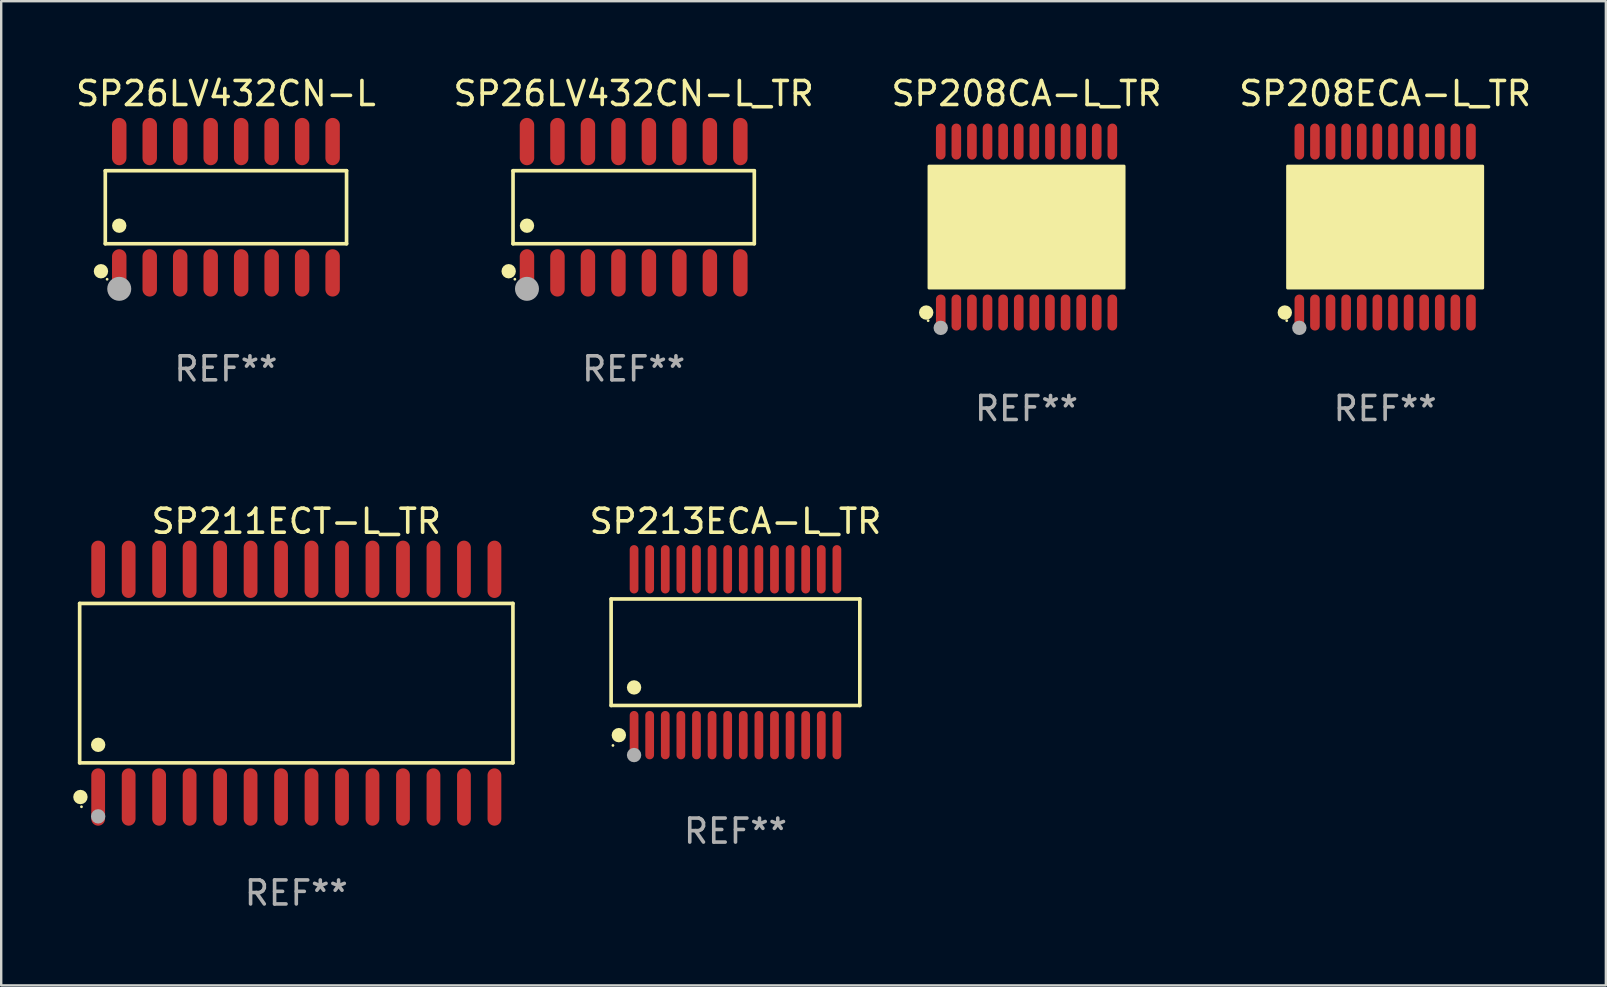
<source format=kicad_pcb>
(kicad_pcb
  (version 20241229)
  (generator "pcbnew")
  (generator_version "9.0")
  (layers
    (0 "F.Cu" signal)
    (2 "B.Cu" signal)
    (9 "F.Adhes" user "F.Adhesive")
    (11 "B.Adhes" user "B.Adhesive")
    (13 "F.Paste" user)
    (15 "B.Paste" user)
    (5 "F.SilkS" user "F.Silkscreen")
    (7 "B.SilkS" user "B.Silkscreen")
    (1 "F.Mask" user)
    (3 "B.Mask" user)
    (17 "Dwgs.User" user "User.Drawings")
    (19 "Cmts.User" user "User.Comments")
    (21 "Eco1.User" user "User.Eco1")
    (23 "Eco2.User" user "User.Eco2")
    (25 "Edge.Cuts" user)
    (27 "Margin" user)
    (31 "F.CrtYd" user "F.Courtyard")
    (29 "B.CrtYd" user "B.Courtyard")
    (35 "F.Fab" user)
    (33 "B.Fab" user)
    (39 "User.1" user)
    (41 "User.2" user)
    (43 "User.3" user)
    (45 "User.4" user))
  (footprint "SP208CA-L_TR"
    (layer "F.Cu")
    (at 39.72 6.41)
    (property "Reference" "SP208CA-L_TR" (at 0 -5.562 0) (layer "F.SilkS") (effects (font (size 1 1) (thickness 0.15))))
    (attr through_hole)
    (fp_circle (center -4.181 3.562) (end -4.031 3.562) (stroke (width 0.3) (type solid)) (fill no) (layer "F.SilkS"))
    (fp_circle (center -4.1 3.9) (end -4.07 3.9) (stroke (width 0.06) (type solid)) (fill no) (layer "F.SilkS"))
    (fp_circle (center -3.575 1.819) (end -3.425 1.819) (stroke (width 0.3) (type solid)) (fill no) (layer "F.SilkS"))
    (fp_poly (pts (xy -4.064 -2.54) (xy 4.064 -2.54) (xy 4.064 2.54) (xy -4.064 2.54)) (stroke (width 0.12) (type solid)) (fill yes) (layer "F.SilkS"))
    (fp_circle (center -3.575 4.2) (end -3.425 4.2) (stroke (width 0.3) (type solid)) (fill no) (layer "F.Fab"))
    (fp_text user "REF**" (at 0 7.562 0) (layer "F.Fab") (effects (font (size 1 1) (thickness 0.15))))
    (pad "1" smd oval (at -3.575 3.562) (size 0.4 1.5) (layers "F.Cu" "F.Mask" "F.Paste"))
    (pad "2" smd oval (at -2.925 3.562) (size 0.4 1.5) (layers "F.Cu" "F.Mask" "F.Paste"))
    (pad "3" smd oval (at -2.275 3.562) (size 0.4 1.5) (layers "F.Cu" "F.Mask" "F.Paste"))
    (pad "4" smd oval (at -1.625 3.562) (size 0.4 1.5) (layers "F.Cu" "F.Mask" "F.Paste"))
    (pad "5" smd oval (at -0.975 3.562) (size 0.4 1.5) (layers "F.Cu" "F.Mask" "F.Paste"))
    (pad "6" smd oval (at -0.325 3.562) (size 0.4 1.5) (layers "F.Cu" "F.Mask" "F.Paste"))
    (pad "7" smd oval (at 0.325 3.562) (size 0.4 1.5) (layers "F.Cu" "F.Mask" "F.Paste"))
    (pad "8" smd oval (at 0.975 3.562) (size 0.4 1.5) (layers "F.Cu" "F.Mask" "F.Paste"))
    (pad "9" smd oval (at 1.625 3.562) (size 0.4 1.5) (layers "F.Cu" "F.Mask" "F.Paste"))
    (pad "10" smd oval (at 2.275 3.562) (size 0.4 1.5) (layers "F.Cu" "F.Mask" "F.Paste"))
    (pad "11" smd oval (at 2.925 3.562) (size 0.4 1.5) (layers "F.Cu" "F.Mask" "F.Paste"))
    (pad "12" smd oval (at 3.575 3.562) (size 0.4 1.5) (layers "F.Cu" "F.Mask" "F.Paste"))
    (pad "13" smd oval (at 3.575 -3.562) (size 0.4 1.5) (layers "F.Cu" "F.Mask" "F.Paste"))
    (pad "14" smd oval (at 2.925 -3.562) (size 0.4 1.5) (layers "F.Cu" "F.Mask" "F.Paste"))
    (pad "15" smd oval (at 2.275 -3.562) (size 0.4 1.5) (layers "F.Cu" "F.Mask" "F.Paste"))
    (pad "16" smd oval (at 1.625 -3.562) (size 0.4 1.5) (layers "F.Cu" "F.Mask" "F.Paste"))
    (pad "17" smd oval (at 0.975 -3.562) (size 0.4 1.5) (layers "F.Cu" "F.Mask" "F.Paste"))
    (pad "18" smd oval (at 0.325 -3.562) (size 0.4 1.5) (layers "F.Cu" "F.Mask" "F.Paste"))
    (pad "19" smd oval (at -0.325 -3.562) (size 0.4 1.5) (layers "F.Cu" "F.Mask" "F.Paste"))
    (pad "20" smd oval (at -0.975 -3.562) (size 0.4 1.5) (layers "F.Cu" "F.Mask" "F.Paste"))
    (pad "21" smd oval (at -1.625 -3.562) (size 0.4 1.5) (layers "F.Cu" "F.Mask" "F.Paste"))
    (pad "22" smd oval (at -2.275 -3.562) (size 0.4 1.5) (layers "F.Cu" "F.Mask" "F.Paste"))
    (pad "23" smd oval (at -2.925 -3.562) (size 0.4 1.5) (layers "F.Cu" "F.Mask" "F.Paste"))
    (pad "24" smd oval (at -3.575 -3.562) (size 0.4 1.5) (layers "F.Cu" "F.Mask" "F.Paste")))
  (footprint "SP26LV432CN-L"
    (layer "F.Cu")
    (at 6.363 5.584)
    (property "Reference" "SP26LV432CN-L" (at 0 -4.736 0) (layer "F.SilkS") (effects (font (size 1 1) (thickness 0.15))))
    (attr through_hole)
    (fp_line (start -5.026 -1.521) (end 5.026 -1.521) (stroke (width 0.152) (type solid)) (layer "F.SilkS"))
    (fp_line (start -5.026 1.521) (end -5.026 -1.521) (stroke (width 0.152) (type solid)) (layer "F.SilkS"))
    (fp_line (start 5.026 -1.521) (end 5.026 1.521) (stroke (width 0.152) (type solid)) (layer "F.SilkS"))
    (fp_line (start 5.026 1.521) (end -5.026 1.521) (stroke (width 0.152) (type solid)) (layer "F.SilkS"))
    (fp_circle (center -5.207 2.667) (end -5.057 2.667) (stroke (width 0.3) (type solid)) (fill no) (layer "F.SilkS"))
    (fp_circle (center -4.95 3) (end -4.92 3) (stroke (width 0.06) (type solid)) (fill no) (layer "F.SilkS"))
    (fp_circle (center -4.445 0.769) (end -4.295 0.769) (stroke (width 0.3) (type solid)) (fill no) (layer "F.SilkS"))
    (fp_circle (center -4.445 3.4) (end -4.195 3.4) (stroke (width 0.5) (type solid)) (fill no) (layer "F.Fab"))
    (fp_text user "REF**" (at 0 6.736 0) (layer "F.Fab") (effects (font (size 1 1) (thickness 0.15))))
    (pad "1" smd oval (at -4.445 2.736) (size 0.602 1.971) (layers "F.Cu" "F.Mask" "F.Paste"))
    (pad "2" smd oval (at -3.175 2.736) (size 0.602 1.971) (layers "F.Cu" "F.Mask" "F.Paste"))
    (pad "3" smd oval (at -1.905 2.736) (size 0.602 1.971) (layers "F.Cu" "F.Mask" "F.Paste"))
    (pad "4" smd oval (at -0.635 2.736) (size 0.602 1.971) (layers "F.Cu" "F.Mask" "F.Paste"))
    (pad "5" smd oval (at 0.635 2.736) (size 0.602 1.971) (layers "F.Cu" "F.Mask" "F.Paste"))
    (pad "6" smd oval (at 1.905 2.736) (size 0.602 1.971) (layers "F.Cu" "F.Mask" "F.Paste"))
    (pad "7" smd oval (at 3.175 2.736) (size 0.602 1.971) (layers "F.Cu" "F.Mask" "F.Paste"))
    (pad "8" smd oval (at 4.445 2.736) (size 0.602 1.971) (layers "F.Cu" "F.Mask" "F.Paste"))
    (pad "9" smd oval (at 4.445 -2.736) (size 0.602 1.971) (layers "F.Cu" "F.Mask" "F.Paste"))
    (pad "10" smd oval (at 3.175 -2.736) (size 0.602 1.971) (layers "F.Cu" "F.Mask" "F.Paste"))
    (pad "11" smd oval (at 1.905 -2.736) (size 0.602 1.971) (layers "F.Cu" "F.Mask" "F.Paste"))
    (pad "12" smd oval (at 0.635 -2.736) (size 0.602 1.971) (layers "F.Cu" "F.Mask" "F.Paste"))
    (pad "13" smd oval (at -0.635 -2.736) (size 0.602 1.971) (layers "F.Cu" "F.Mask" "F.Paste"))
    (pad "14" smd oval (at -1.905 -2.736) (size 0.602 1.971) (layers "F.Cu" "F.Mask" "F.Paste"))
    (pad "15" smd oval (at -3.175 -2.736) (size 0.602 1.971) (layers "F.Cu" "F.Mask" "F.Paste"))
    (pad "16" smd oval (at -4.445 -2.736) (size 0.602 1.971) (layers "F.Cu" "F.Mask" "F.Paste")))
  (footprint "SP26LV432CN-L_TR"
    (layer "F.Cu")
    (at 23.351 5.584)
    (property "Reference" "SP26LV432CN-L_TR" (at 0 -4.736 0) (layer "F.SilkS") (effects (font (size 1 1) (thickness 0.15))))
    (attr through_hole)
    (fp_line (start -5.026 -1.521) (end 5.026 -1.521) (stroke (width 0.152) (type solid)) (layer "F.SilkS"))
    (fp_line (start -5.026 1.521) (end -5.026 -1.521) (stroke (width 0.152) (type solid)) (layer "F.SilkS"))
    (fp_line (start 5.026 -1.521) (end 5.026 1.521) (stroke (width 0.152) (type solid)) (layer "F.SilkS"))
    (fp_line (start 5.026 1.521) (end -5.026 1.521) (stroke (width 0.152) (type solid)) (layer "F.SilkS"))
    (fp_circle (center -5.207 2.667) (end -5.057 2.667) (stroke (width 0.3) (type solid)) (fill no) (layer "F.SilkS"))
    (fp_circle (center -4.95 3) (end -4.92 3) (stroke (width 0.06) (type solid)) (fill no) (layer "F.SilkS"))
    (fp_circle (center -4.445 0.769) (end -4.295 0.769) (stroke (width 0.3) (type solid)) (fill no) (layer "F.SilkS"))
    (fp_circle (center -4.445 3.4) (end -4.195 3.4) (stroke (width 0.5) (type solid)) (fill no) (layer "F.Fab"))
    (fp_text user "REF**" (at 0 6.736 0) (layer "F.Fab") (effects (font (size 1 1) (thickness 0.15))))
    (pad "1" smd oval (at -4.445 2.736) (size 0.602 1.971) (layers "F.Cu" "F.Mask" "F.Paste"))
    (pad "2" smd oval (at -3.175 2.736) (size 0.602 1.971) (layers "F.Cu" "F.Mask" "F.Paste"))
    (pad "3" smd oval (at -1.905 2.736) (size 0.602 1.971) (layers "F.Cu" "F.Mask" "F.Paste"))
    (pad "4" smd oval (at -0.635 2.736) (size 0.602 1.971) (layers "F.Cu" "F.Mask" "F.Paste"))
    (pad "5" smd oval (at 0.635 2.736) (size 0.602 1.971) (layers "F.Cu" "F.Mask" "F.Paste"))
    (pad "6" smd oval (at 1.905 2.736) (size 0.602 1.971) (layers "F.Cu" "F.Mask" "F.Paste"))
    (pad "7" smd oval (at 3.175 2.736) (size 0.602 1.971) (layers "F.Cu" "F.Mask" "F.Paste"))
    (pad "8" smd oval (at 4.445 2.736) (size 0.602 1.971) (layers "F.Cu" "F.Mask" "F.Paste"))
    (pad "9" smd oval (at 4.445 -2.736) (size 0.602 1.971) (layers "F.Cu" "F.Mask" "F.Paste"))
    (pad "10" smd oval (at 3.175 -2.736) (size 0.602 1.971) (layers "F.Cu" "F.Mask" "F.Paste"))
    (pad "11" smd oval (at 1.905 -2.736) (size 0.602 1.971) (layers "F.Cu" "F.Mask" "F.Paste"))
    (pad "12" smd oval (at 0.635 -2.736) (size 0.602 1.971) (layers "F.Cu" "F.Mask" "F.Paste"))
    (pad "13" smd oval (at -0.635 -2.736) (size 0.602 1.971) (layers "F.Cu" "F.Mask" "F.Paste"))
    (pad "14" smd oval (at -1.905 -2.736) (size 0.602 1.971) (layers "F.Cu" "F.Mask" "F.Paste"))
    (pad "15" smd oval (at -3.175 -2.736) (size 0.602 1.971) (layers "F.Cu" "F.Mask" "F.Paste"))
    (pad "16" smd oval (at -4.445 -2.736) (size 0.602 1.971) (layers "F.Cu" "F.Mask" "F.Paste")))
  (footprint "SP208ECA-L_TR"
    (layer "F.Cu")
    (at 54.661 6.41)
    (property "Reference" "SP208ECA-L_TR" (at 0 -5.562 0) (layer "F.SilkS") (effects (font (size 1 1) (thickness 0.15))))
    (attr through_hole)
    (fp_circle (center -4.181 3.562) (end -4.031 3.562) (stroke (width 0.3) (type solid)) (fill no) (layer "F.SilkS"))
    (fp_circle (center -4.1 3.9) (end -4.07 3.9) (stroke (width 0.06) (type solid)) (fill no) (layer "F.SilkS"))
    (fp_circle (center -3.575 1.819) (end -3.425 1.819) (stroke (width 0.3) (type solid)) (fill no) (layer "F.SilkS"))
    (fp_poly (pts (xy -4.064 -2.54) (xy 4.064 -2.54) (xy 4.064 2.54) (xy -4.064 2.54)) (stroke (width 0.12) (type solid)) (fill yes) (layer "F.SilkS"))
    (fp_circle (center -3.575 4.2) (end -3.425 4.2) (stroke (width 0.3) (type solid)) (fill no) (layer "F.Fab"))
    (fp_text user "REF**" (at 0 7.562 0) (layer "F.Fab") (effects (font (size 1 1) (thickness 0.15))))
    (pad "1" smd oval (at -3.575 3.562) (size 0.4 1.5) (layers "F.Cu" "F.Mask" "F.Paste"))
    (pad "2" smd oval (at -2.925 3.562) (size 0.4 1.5) (layers "F.Cu" "F.Mask" "F.Paste"))
    (pad "3" smd oval (at -2.275 3.562) (size 0.4 1.5) (layers "F.Cu" "F.Mask" "F.Paste"))
    (pad "4" smd oval (at -1.625 3.562) (size 0.4 1.5) (layers "F.Cu" "F.Mask" "F.Paste"))
    (pad "5" smd oval (at -0.975 3.562) (size 0.4 1.5) (layers "F.Cu" "F.Mask" "F.Paste"))
    (pad "6" smd oval (at -0.325 3.562) (size 0.4 1.5) (layers "F.Cu" "F.Mask" "F.Paste"))
    (pad "7" smd oval (at 0.325 3.562) (size 0.4 1.5) (layers "F.Cu" "F.Mask" "F.Paste"))
    (pad "8" smd oval (at 0.975 3.562) (size 0.4 1.5) (layers "F.Cu" "F.Mask" "F.Paste"))
    (pad "9" smd oval (at 1.625 3.562) (size 0.4 1.5) (layers "F.Cu" "F.Mask" "F.Paste"))
    (pad "10" smd oval (at 2.275 3.562) (size 0.4 1.5) (layers "F.Cu" "F.Mask" "F.Paste"))
    (pad "11" smd oval (at 2.925 3.562) (size 0.4 1.5) (layers "F.Cu" "F.Mask" "F.Paste"))
    (pad "12" smd oval (at 3.575 3.562) (size 0.4 1.5) (layers "F.Cu" "F.Mask" "F.Paste"))
    (pad "13" smd oval (at 3.575 -3.562) (size 0.4 1.5) (layers "F.Cu" "F.Mask" "F.Paste"))
    (pad "14" smd oval (at 2.925 -3.562) (size 0.4 1.5) (layers "F.Cu" "F.Mask" "F.Paste"))
    (pad "15" smd oval (at 2.275 -3.562) (size 0.4 1.5) (layers "F.Cu" "F.Mask" "F.Paste"))
    (pad "16" smd oval (at 1.625 -3.562) (size 0.4 1.5) (layers "F.Cu" "F.Mask" "F.Paste"))
    (pad "17" smd oval (at 0.975 -3.562) (size 0.4 1.5) (layers "F.Cu" "F.Mask" "F.Paste"))
    (pad "18" smd oval (at 0.325 -3.562) (size 0.4 1.5) (layers "F.Cu" "F.Mask" "F.Paste"))
    (pad "19" smd oval (at -0.325 -3.562) (size 0.4 1.5) (layers "F.Cu" "F.Mask" "F.Paste"))
    (pad "20" smd oval (at -0.975 -3.562) (size 0.4 1.5) (layers "F.Cu" "F.Mask" "F.Paste"))
    (pad "21" smd oval (at -1.625 -3.562) (size 0.4 1.5) (layers "F.Cu" "F.Mask" "F.Paste"))
    (pad "22" smd oval (at -2.275 -3.562) (size 0.4 1.5) (layers "F.Cu" "F.Mask" "F.Paste"))
    (pad "23" smd oval (at -2.925 -3.562) (size 0.4 1.5) (layers "F.Cu" "F.Mask" "F.Paste"))
    (pad "24" smd oval (at -3.575 -3.562) (size 0.4 1.5) (layers "F.Cu" "F.Mask" "F.Paste")))
  (footprint "SP211ECT-L_TR"
    (layer "F.Cu")
    (at 9.295 25.413)
    (property "Reference" "SP211ECT-L_TR" (at 0 -6.744 0) (layer "F.SilkS") (effects (font (size 1 1) (thickness 0.15))))
    (attr through_hole)
    (fp_line (start -9.026 -3.321) (end 9.026 -3.321) (stroke (width 0.152) (type solid)) (layer "F.SilkS"))
    (fp_line (start -9.026 3.321) (end -9.026 -3.321) (stroke (width 0.152) (type solid)) (layer "F.SilkS"))
    (fp_line (start 9.026 -3.321) (end 9.026 3.321) (stroke (width 0.152) (type solid)) (layer "F.SilkS"))
    (fp_line (start 9.026 3.321) (end -9.026 3.321) (stroke (width 0.152) (type solid)) (layer "F.SilkS"))
    (fp_circle (center -8.994 4.744) (end -8.844 4.744) (stroke (width 0.3) (type solid)) (fill no) (layer "F.SilkS"))
    (fp_circle (center -8.95 5.15) (end -8.92 5.15) (stroke (width 0.06) (type solid)) (fill no) (layer "F.SilkS"))
    (fp_circle (center -8.255 2.569) (end -8.105 2.569) (stroke (width 0.3) (type solid)) (fill no) (layer "F.SilkS"))
    (fp_circle (center -8.255 5.55) (end -8.105 5.55) (stroke (width 0.3) (type solid)) (fill no) (layer "F.Fab"))
    (fp_text user "REF**" (at 0 8.744 0) (layer "F.Fab") (effects (font (size 1 1) (thickness 0.15))))
    (pad "1" smd oval (at -8.255 4.744) (size 0.574 2.388) (layers "F.Cu" "F.Mask" "F.Paste"))
    (pad "2" smd oval (at -6.985 4.744) (size 0.574 2.388) (layers "F.Cu" "F.Mask" "F.Paste"))
    (pad "3" smd oval (at -5.715 4.744) (size 0.574 2.388) (layers "F.Cu" "F.Mask" "F.Paste"))
    (pad "4" smd oval (at -4.445 4.744) (size 0.574 2.388) (layers "F.Cu" "F.Mask" "F.Paste"))
    (pad "5" smd oval (at -3.175 4.744) (size 0.574 2.388) (layers "F.Cu" "F.Mask" "F.Paste"))
    (pad "6" smd oval (at -1.905 4.744) (size 0.574 2.388) (layers "F.Cu" "F.Mask" "F.Paste"))
    (pad "7" smd oval (at -0.635 4.744) (size 0.574 2.388) (layers "F.Cu" "F.Mask" "F.Paste"))
    (pad "8" smd oval (at 0.635 4.744) (size 0.574 2.388) (layers "F.Cu" "F.Mask" "F.Paste"))
    (pad "9" smd oval (at 1.905 4.744) (size 0.574 2.388) (layers "F.Cu" "F.Mask" "F.Paste"))
    (pad "10" smd oval (at 3.175 4.744) (size 0.574 2.388) (layers "F.Cu" "F.Mask" "F.Paste"))
    (pad "11" smd oval (at 4.445 4.744) (size 0.574 2.388) (layers "F.Cu" "F.Mask" "F.Paste"))
    (pad "12" smd oval (at 5.715 4.744) (size 0.574 2.388) (layers "F.Cu" "F.Mask" "F.Paste"))
    (pad "13" smd oval (at 6.985 4.744) (size 0.574 2.388) (layers "F.Cu" "F.Mask" "F.Paste"))
    (pad "14" smd oval (at 8.255 4.744) (size 0.574 2.388) (layers "F.Cu" "F.Mask" "F.Paste"))
    (pad "15" smd oval (at 8.255 -4.744) (size 0.574 2.388) (layers "F.Cu" "F.Mask" "F.Paste"))
    (pad "16" smd oval (at 6.985 -4.744) (size 0.574 2.388) (layers "F.Cu" "F.Mask" "F.Paste"))
    (pad "17" smd oval (at 5.715 -4.744) (size 0.574 2.388) (layers "F.Cu" "F.Mask" "F.Paste"))
    (pad "18" smd oval (at 4.445 -4.744) (size 0.574 2.388) (layers "F.Cu" "F.Mask" "F.Paste"))
    (pad "19" smd oval (at 3.175 -4.744) (size 0.574 2.388) (layers "F.Cu" "F.Mask" "F.Paste"))
    (pad "20" smd oval (at 1.905 -4.744) (size 0.574 2.388) (layers "F.Cu" "F.Mask" "F.Paste"))
    (pad "21" smd oval (at 0.635 -4.744) (size 0.574 2.388) (layers "F.Cu" "F.Mask" "F.Paste"))
    (pad "22" smd oval (at -0.635 -4.744) (size 0.574 2.388) (layers "F.Cu" "F.Mask" "F.Paste"))
    (pad "23" smd oval (at -1.905 -4.744) (size 0.574 2.388) (layers "F.Cu" "F.Mask" "F.Paste"))
    (pad "24" smd oval (at -3.175 -4.744) (size 0.574 2.388) (layers "F.Cu" "F.Mask" "F.Paste"))
    (pad "25" smd oval (at -4.445 -4.744) (size 0.574 2.388) (layers "F.Cu" "F.Mask" "F.Paste"))
    (pad "26" smd oval (at -5.715 -4.744) (size 0.574 2.388) (layers "F.Cu" "F.Mask" "F.Paste"))
    (pad "27" smd oval (at -6.985 -4.744) (size 0.574 2.388) (layers "F.Cu" "F.Mask" "F.Paste"))
    (pad "28" smd oval (at -8.255 -4.744) (size 0.574 2.388) (layers "F.Cu" "F.Mask" "F.Paste")))
  (footprint "SP213ECA-L_TR"
    (layer "F.Cu")
    (at 27.593 24.124)
    (property "Reference" "SP213ECA-L_TR" (at 0 -5.455 0) (layer "F.SilkS") (effects (font (size 1 1) (thickness 0.15))))
    (attr through_hole)
    (fp_line (start -5.181 -2.219) (end 5.181 -2.219) (stroke (width 0.152) (type solid)) (layer "F.SilkS"))
    (fp_line (start -5.181 2.219) (end -5.181 -2.219) (stroke (width 0.152) (type solid)) (layer "F.SilkS"))
    (fp_line (start 5.181 -2.219) (end 5.181 2.219) (stroke (width 0.152) (type solid)) (layer "F.SilkS"))
    (fp_line (start 5.181 2.219) (end -5.181 2.219) (stroke (width 0.152) (type solid)) (layer "F.SilkS"))
    (fp_circle (center -5.105 3.885) (end -5.075 3.885) (stroke (width 0.06) (type solid)) (fill no) (layer "F.SilkS"))
    (fp_circle (center -4.859 3.455) (end -4.709 3.455) (stroke (width 0.3) (type solid)) (fill no) (layer "F.SilkS"))
    (fp_circle (center -4.225 1.467) (end -4.075 1.467) (stroke (width 0.3) (type solid)) (fill no) (layer "F.SilkS"))
    (fp_circle (center -4.225 4.285) (end -4.075 4.285) (stroke (width 0.3) (type solid)) (fill no) (layer "F.Fab"))
    (fp_text user "REF**" (at 0 7.455 0) (layer "F.Fab") (effects (font (size 1 1) (thickness 0.15))))
    (pad "1" smd oval (at -4.225 3.455) (size 0.364 2.015) (layers "F.Cu" "F.Mask" "F.Paste"))
    (pad "2" smd oval (at -3.575 3.455) (size 0.364 2.015) (layers "F.Cu" "F.Mask" "F.Paste"))
    (pad "3" smd oval (at -2.925 3.455) (size 0.364 2.015) (layers "F.Cu" "F.Mask" "F.Paste"))
    (pad "4" smd oval (at -2.275 3.455) (size 0.364 2.015) (layers "F.Cu" "F.Mask" "F.Paste"))
    (pad "5" smd oval (at -1.625 3.455) (size 0.364 2.015) (layers "F.Cu" "F.Mask" "F.Paste"))
    (pad "6" smd oval (at -0.975 3.455) (size 0.364 2.015) (layers "F.Cu" "F.Mask" "F.Paste"))
    (pad "7" smd oval (at -0.325 3.455) (size 0.364 2.015) (layers "F.Cu" "F.Mask" "F.Paste"))
    (pad "8" smd oval (at 0.325 3.455) (size 0.364 2.015) (layers "F.Cu" "F.Mask" "F.Paste"))
    (pad "9" smd oval (at 0.975 3.455) (size 0.364 2.015) (layers "F.Cu" "F.Mask" "F.Paste"))
    (pad "10" smd oval (at 1.625 3.455) (size 0.364 2.015) (layers "F.Cu" "F.Mask" "F.Paste"))
    (pad "11" smd oval (at 2.275 3.455) (size 0.364 2.015) (layers "F.Cu" "F.Mask" "F.Paste"))
    (pad "12" smd oval (at 2.925 3.455) (size 0.364 2.015) (layers "F.Cu" "F.Mask" "F.Paste"))
    (pad "13" smd oval (at 3.575 3.455) (size 0.364 2.015) (layers "F.Cu" "F.Mask" "F.Paste"))
    (pad "14" smd oval (at 4.225 3.455) (size 0.364 2.015) (layers "F.Cu" "F.Mask" "F.Paste"))
    (pad "15" smd oval (at 4.225 -3.455) (size 0.364 2.015) (layers "F.Cu" "F.Mask" "F.Paste"))
    (pad "16" smd oval (at 3.575 -3.455) (size 0.364 2.015) (layers "F.Cu" "F.Mask" "F.Paste"))
    (pad "17" smd oval (at 2.925 -3.455) (size 0.364 2.015) (layers "F.Cu" "F.Mask" "F.Paste"))
    (pad "18" smd oval (at 2.275 -3.455) (size 0.364 2.015) (layers "F.Cu" "F.Mask" "F.Paste"))
    (pad "19" smd oval (at 1.625 -3.455) (size 0.364 2.015) (layers "F.Cu" "F.Mask" "F.Paste"))
    (pad "20" smd oval (at 0.975 -3.455) (size 0.364 2.015) (layers "F.Cu" "F.Mask" "F.Paste"))
    (pad "21" smd oval (at 0.325 -3.455) (size 0.364 2.015) (layers "F.Cu" "F.Mask" "F.Paste"))
    (pad "22" smd oval (at -0.325 -3.455) (size 0.364 2.015) (layers "F.Cu" "F.Mask" "F.Paste"))
    (pad "23" smd oval (at -0.975 -3.455) (size 0.364 2.015) (layers "F.Cu" "F.Mask" "F.Paste"))
    (pad "24" smd oval (at -1.625 -3.455) (size 0.364 2.015) (layers "F.Cu" "F.Mask" "F.Paste"))
    (pad "25" smd oval (at -2.275 -3.455) (size 0.364 2.015) (layers "F.Cu" "F.Mask" "F.Paste"))
    (pad "26" smd oval (at -2.925 -3.455) (size 0.364 2.015) (layers "F.Cu" "F.Mask" "F.Paste"))
    (pad "27" smd oval (at -3.575 -3.455) (size 0.364 2.015) (layers "F.Cu" "F.Mask" "F.Paste"))
    (pad "28" smd oval (at -4.225 -3.455) (size 0.364 2.015) (layers "F.Cu" "F.Mask" "F.Paste")))
  (gr_rect
    (start -3 -3)
    (end 63.857 38.005)
    (stroke (width 0.1) (type default))
    (fill no)
    (layer "Edge.Cuts")))
</source>
